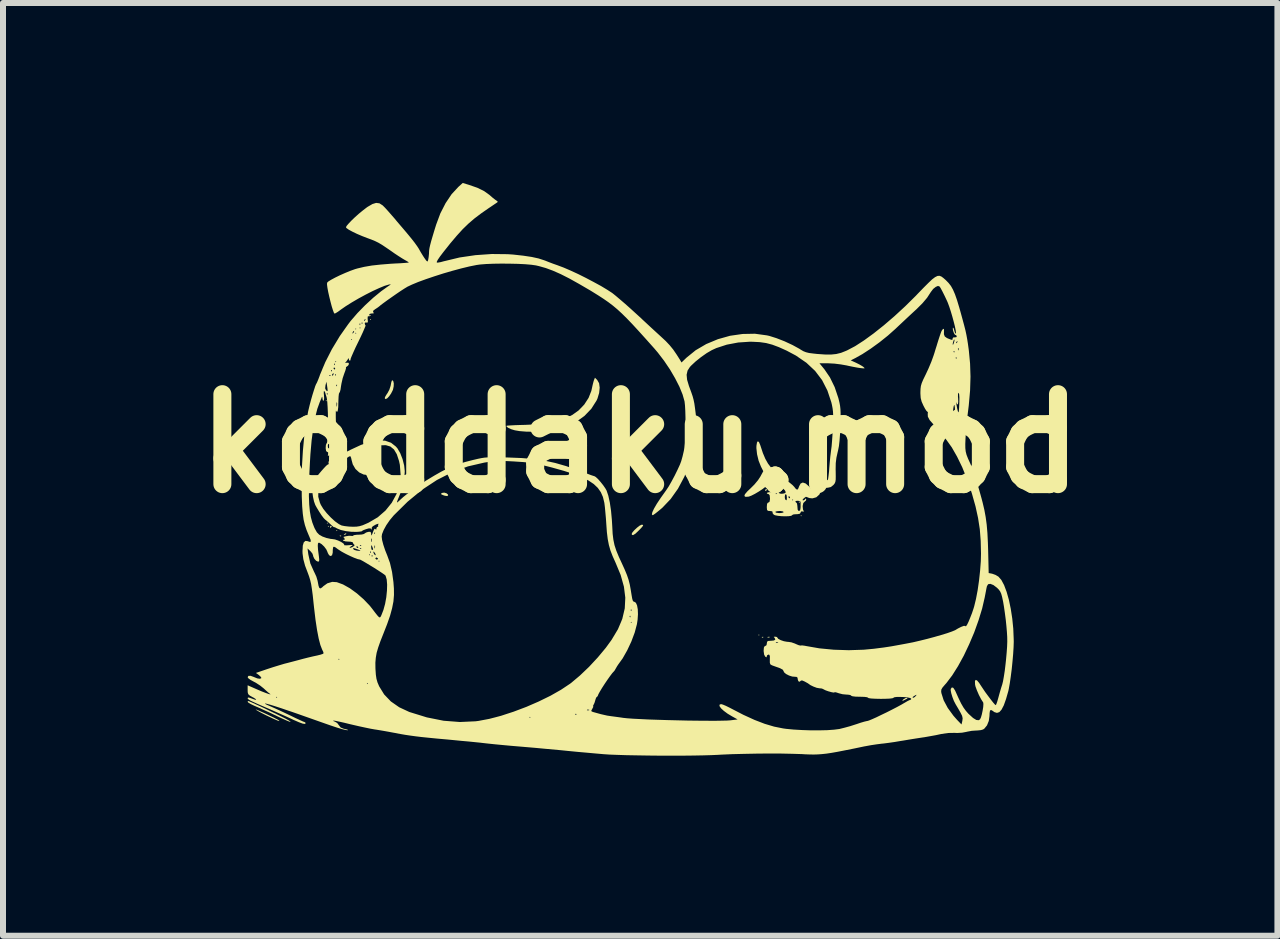
<source format=kicad_pcb>
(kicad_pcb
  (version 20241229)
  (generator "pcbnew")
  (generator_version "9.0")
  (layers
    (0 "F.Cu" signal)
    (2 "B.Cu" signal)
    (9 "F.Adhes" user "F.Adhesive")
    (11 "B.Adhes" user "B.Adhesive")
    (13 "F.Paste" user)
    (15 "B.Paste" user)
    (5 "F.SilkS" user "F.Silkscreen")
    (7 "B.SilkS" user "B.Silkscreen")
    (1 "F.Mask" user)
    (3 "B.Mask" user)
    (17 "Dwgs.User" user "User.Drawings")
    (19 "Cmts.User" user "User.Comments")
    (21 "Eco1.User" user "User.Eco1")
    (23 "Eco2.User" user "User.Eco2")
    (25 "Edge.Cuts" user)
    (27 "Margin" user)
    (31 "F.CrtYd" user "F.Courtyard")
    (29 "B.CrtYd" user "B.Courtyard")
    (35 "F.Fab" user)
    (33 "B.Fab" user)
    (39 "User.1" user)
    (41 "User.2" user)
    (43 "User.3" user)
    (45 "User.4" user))
  (footprint "koddaku.mod"
    (layer "F.Cu")
    (at 7.621 4.342)
    (property "Reference" "koddaku.mod" (at 0 0 0) (layer "F.SilkS") (effects (font (size 1.5 1.5) (thickness 0.3))))
    (attr board_only exclude_from_pos_files exclude_from_bom)
    (fp_poly (pts (xy -5.224 -0.712) (xy -5.233 -0.704) (xy -5.242 -0.712) (xy -5.233 -0.721)) (stroke (width 0) (type solid)) (fill yes) (layer "F.SilkS"))
    (fp_poly (pts (xy -5.207 1.328) (xy -5.215 1.337) (xy -5.224 1.328) (xy -5.215 1.319)) (stroke (width 0) (type solid)) (fill yes) (layer "F.SilkS"))
    (fp_poly (pts (xy -5.189 1.381) (xy -5.198 1.39) (xy -5.207 1.381) (xy -5.198 1.372)) (stroke (width 0) (type solid)) (fill yes) (layer "F.SilkS"))
    (fp_poly (pts (xy -5.048 1.451) (xy -5.057 1.46) (xy -5.066 1.451) (xy -5.057 1.442)) (stroke (width 0) (type solid)) (fill yes) (layer "F.SilkS"))
    (fp_poly (pts (xy -4.485 -2.067) (xy -4.494 -2.058) (xy -4.503 -2.067) (xy -4.494 -2.076)) (stroke (width 0) (type solid)) (fill yes) (layer "F.SilkS"))
    (fp_poly (pts (xy 1.988 3.193) (xy 1.979 3.201) (xy 1.97 3.193) (xy 1.979 3.184)) (stroke (width 0) (type solid)) (fill yes) (layer "F.SilkS"))
    (fp_poly (pts (xy 2.164 0.695) (xy 2.155 0.704) (xy 2.146 0.695) (xy 2.155 0.686)) (stroke (width 0) (type solid)) (fill yes) (layer "F.SilkS"))
    (fp_poly (pts (xy 2.691 1.205) (xy 2.682 1.214) (xy 2.674 1.205) (xy 2.682 1.196)) (stroke (width 0) (type solid)) (fill yes) (layer "F.SilkS"))
    (fp_poly (pts (xy -5.459 0.569) (xy -5.457 0.59) (xy -5.459 0.592) (xy -5.469 0.59) (xy -5.47 0.58) (xy -5.464 0.566)) (stroke (width 0) (type solid)) (fill yes) (layer "F.SilkS"))
    (fp_poly (pts (xy -5.037 -0.18) (xy -5.034 -0.144) (xy -5.037 -0.136) (xy -5.043 -0.134) (xy -5.046 -0.158) (xy -5.043 -0.183)) (stroke (width 0) (type solid)) (fill yes) (layer "F.SilkS"))
    (fp_poly (pts (xy -4.984 1.536) (xy -4.986 1.547) (xy -4.996 1.548) (xy -5.01 1.541) (xy -5.007 1.536) (xy -4.986 1.534)) (stroke (width 0) (type solid)) (fill yes) (layer "F.SilkS"))
    (fp_poly (pts (xy 2.052 3.225) (xy 2.05 3.235) (xy 2.04 3.237) (xy 2.026 3.23) (xy 2.029 3.225) (xy 2.05 3.223)) (stroke (width 0) (type solid)) (fill yes) (layer "F.SilkS"))
    (fp_poly (pts (xy 2.159 3.226) (xy 2.154 3.234) (xy 2.136 3.235) (xy 2.117 3.231) (xy 2.125 3.225) (xy 2.153 3.222)) (stroke (width 0) (type solid)) (fill yes) (layer "F.SilkS"))
    (fp_poly (pts (xy 2.668 0.973) (xy 2.665 0.984) (xy 2.656 0.985) (xy 2.642 0.979) (xy 2.644 0.973) (xy 2.665 0.971)) (stroke (width 0) (type solid)) (fill yes) (layer "F.SilkS"))
    (fp_poly (pts (xy -4.898 1.499) (xy -4.904 1.512) (xy -4.92 1.52) (xy -4.941 1.526) (xy -4.932 1.513) (xy -4.93 1.511) (xy -4.907 1.497)) (stroke (width 0) (type solid)) (fill yes) (layer "F.SilkS"))
    (fp_poly (pts (xy -5.142 1.383) (xy -5.145 1.39) (xy -5.161 1.406) (xy -5.164 1.407) (xy -5.171 1.394) (xy -5.171 1.39) (xy -5.158 1.373) (xy -5.153 1.372)) (stroke (width 0) (type solid)) (fill yes) (layer "F.SilkS"))
    (fp_poly (pts (xy 2.111 0.77) (xy 2.111 0.774) (xy 2.097 0.791) (xy 2.092 0.792) (xy 2.082 0.781) (xy 2.084 0.774) (xy 2.1 0.757) (xy 2.103 0.756)) (stroke (width 0) (type solid)) (fill yes) (layer "F.SilkS"))
    (fp_poly (pts (xy 2.339 0.766) (xy 2.348 0.774) (xy 2.35 0.789) (xy 2.329 0.787) (xy 2.304 0.774) (xy 2.288 0.76) (xy 2.304 0.757) (xy 2.308 0.757)) (stroke (width 0) (type solid)) (fill yes) (layer "F.SilkS"))
    (fp_poly (pts (xy 4.458 4.244) (xy 4.441 4.258) (xy 4.426 4.266) (xy 4.383 4.287) (xy 4.368 4.289) (xy 4.378 4.274) (xy 4.386 4.266) (xy 4.423 4.244) (xy 4.445 4.239)) (stroke (width 0) (type solid)) (fill yes) (layer "F.SilkS"))
    (fp_poly (pts (xy -3.229 0.83) (xy -3.204 0.851) (xy -3.201 0.863) (xy -3.215 0.877) (xy -3.257 0.871) (xy -3.289 0.86) (xy -3.318 0.846) (xy -3.317 0.834) (xy -3.303 0.825) (xy -3.267 0.819)) (stroke (width 0) (type solid)) (fill yes) (layer "F.SilkS"))
    (fp_poly (pts (xy -2.515 0.604) (xy -2.527 0.63) (xy -2.555 0.664) (xy -2.587 0.693) (xy -2.609 0.704) (xy -2.611 0.69) (xy -2.598 0.657) (xy -2.596 0.653) (xy -2.57 0.616) (xy -2.543 0.593) (xy -2.522 0.589)) (stroke (width 0) (type solid)) (fill yes) (layer "F.SilkS"))
    (fp_poly (pts (xy 0.046 1.357) (xy 0.049 1.368) (xy 0.032 1.392) (xy -0.007 1.434) (xy -0.024 1.451) (xy -0.081 1.505) (xy -0.119 1.528) (xy -0.138 1.522) (xy -0.141 1.506) (xy -0.128 1.48) (xy -0.095 1.443) (xy -0.053 1.404) (xy -0.011 1.371) (xy 0.022 1.355) (xy 0.026 1.354)) (stroke (width 0) (type solid)) (fill yes) (layer "F.SilkS"))
    (fp_poly (pts (xy -6.386 4.441) (xy -6.341 4.46) (xy -6.28 4.487) (xy -6.212 4.519) (xy -6.143 4.552) (xy -6.083 4.582) (xy -6.038 4.605) (xy -6.018 4.618) (xy -6.016 4.627) (xy -6.044 4.619) (xy -6.102 4.594) (xy -6.192 4.552) (xy -6.236 4.531) (xy -6.307 4.495) (xy -6.364 4.464) (xy -6.399 4.443) (xy -6.409 4.434) (xy -6.408 4.434)) (stroke (width 0) (type solid)) (fill yes) (layer "F.SilkS"))
    (fp_poly (pts (xy -4.116 -1.04) (xy -4.107 -1.002) (xy -4.109 -0.951) (xy -4.12 -0.899) (xy -4.125 -0.886) (xy -4.152 -0.833) (xy -4.184 -0.787) (xy -4.215 -0.754) (xy -4.241 -0.74) (xy -4.255 -0.748) (xy -4.257 -0.759) (xy -4.247 -0.785) (xy -4.222 -0.825) (xy -4.213 -0.837) (xy -4.182 -0.894) (xy -4.16 -0.96) (xy -4.157 -0.975) (xy -4.148 -1.023) (xy -4.137 -1.051) (xy -4.133 -1.055)) (stroke (width 0) (type solid)) (fill yes) (layer "F.SilkS"))
    (fp_poly (pts (xy -6.515 4.299) (xy -6.469 4.319) (xy -6.402 4.35) (xy -6.321 4.387) (xy -6.232 4.429) (xy -6.142 4.473) (xy -6.054 4.515) (xy -5.976 4.554) (xy -5.913 4.586) (xy -5.872 4.608) (xy -5.866 4.611) (xy -5.832 4.634) (xy -5.827 4.642) (xy -5.85 4.636) (xy -5.899 4.616) (xy -5.972 4.583) (xy -6.016 4.563) (xy -6.11 4.518) (xy -6.188 4.481) (xy -6.262 4.448) (xy -6.345 4.41) (xy -6.434 4.371) (xy -6.489 4.345) (xy -6.528 4.322) (xy -6.543 4.307) (xy -6.543 4.307) (xy -6.537 4.292) (xy -6.537 4.292)) (stroke (width 0) (type solid)) (fill yes) (layer "F.SilkS"))
    (fp_poly (pts (xy -0.716 -1.058) (xy -0.685 -1.004) (xy -0.675 -0.93) (xy -0.684 -0.842) (xy -0.712 -0.749) (xy -0.727 -0.716) (xy -0.814 -0.579) (xy -0.929 -0.459) (xy -1.068 -0.359) (xy -1.229 -0.281) (xy -1.406 -0.229) (xy -1.412 -0.227) (xy -1.52 -0.211) (xy -1.644 -0.2) (xy -1.774 -0.195) (xy -1.9 -0.197) (xy -2.01 -0.206) (xy -2.088 -0.219) (xy -2.151 -0.238) (xy -2.199 -0.26) (xy -2.226 -0.28) (xy -2.227 -0.295) (xy -2.207 -0.298) (xy -2.159 -0.301) (xy -2.086 -0.305) (xy -1.997 -0.308) (xy -1.915 -0.31) (xy -1.727 -0.319) (xy -1.566 -0.335) (xy -1.427 -0.361) (xy -1.304 -0.397) (xy -1.189 -0.446) (xy -1.133 -0.475) (xy -1.026 -0.551) (xy -0.932 -0.649) (xy -0.86 -0.76) (xy -0.814 -0.877) (xy -0.807 -0.908) (xy -0.793 -0.972) (xy -0.779 -1.028) (xy -0.771 -1.054) (xy -0.754 -1.096)) (stroke (width 0) (type solid)) (fill yes) (layer "F.SilkS"))
    (fp_poly (pts (xy -2.855 -4.311) (xy -2.714 -4.262) (xy -2.602 -4.207) (xy -2.514 -4.144) (xy -2.507 -4.138) (xy -2.46 -4.097) (xy -2.418 -4.064) (xy -2.4 -4.052) (xy -2.377 -4.034) (xy -2.375 -4.025) (xy -2.392 -4.012) (xy -2.432 -3.985) (xy -2.488 -3.947) (xy -2.524 -3.923) (xy -2.652 -3.834) (xy -2.763 -3.75) (xy -2.863 -3.664) (xy -2.959 -3.571) (xy -3.058 -3.462) (xy -3.168 -3.332) (xy -3.201 -3.29) (xy -3.28 -3.191) (xy -3.337 -3.116) (xy -3.373 -3.063) (xy -3.39 -3.03) (xy -3.39 -3.015) (xy -3.37 -3.015) (xy -3.325 -3.023) (xy -3.266 -3.039) (xy -3.26 -3.04) (xy -3.011 -3.1) (xy -2.745 -3.139) (xy -2.473 -3.158) (xy -2.209 -3.155) (xy -2.12 -3.149) (xy -1.948 -3.13) (xy -1.808 -3.109) (xy -1.694 -3.084) (xy -1.602 -3.054) (xy -1.582 -3.047) (xy -1.525 -3.024) (xy -1.451 -2.996) (xy -1.374 -2.969) (xy -1.372 -2.968) (xy -1.276 -2.932) (xy -1.162 -2.883) (xy -1.034 -2.824) (xy -0.902 -2.758) (xy -0.773 -2.69) (xy -0.652 -2.624) (xy -0.549 -2.562) (xy -0.469 -2.51) (xy -0.457 -2.501) (xy -0.406 -2.46) (xy -0.335 -2.4) (xy -0.25 -2.327) (xy -0.159 -2.246) (xy -0.068 -2.163) (xy 0.019 -2.084) (xy 0.035 -2.068) (xy 0.103 -2.005) (xy 0.186 -1.928) (xy 0.272 -1.849) (xy 0.341 -1.786) (xy 0.426 -1.707) (xy 0.492 -1.637) (xy 0.55 -1.566) (xy 0.607 -1.483) (xy 0.659 -1.401) (xy 0.689 -1.35) (xy 0.771 -1.429) (xy 0.925 -1.554) (xy 1.101 -1.657) (xy 1.295 -1.738) (xy 1.498 -1.795) (xy 1.707 -1.825) (xy 1.913 -1.829) (xy 2.111 -1.802) (xy 2.152 -1.793) (xy 2.272 -1.755) (xy 2.406 -1.703) (xy 2.539 -1.641) (xy 2.656 -1.577) (xy 2.677 -1.563) (xy 2.72 -1.538) (xy 2.763 -1.521) (xy 2.815 -1.508) (xy 2.886 -1.499) (xy 2.95 -1.492) (xy 3.078 -1.483) (xy 3.181 -1.482) (xy 3.268 -1.491) (xy 3.349 -1.511) (xy 3.432 -1.544) (xy 3.452 -1.553) (xy 3.583 -1.622) (xy 3.73 -1.717) (xy 3.891 -1.834) (xy 4.062 -1.97) (xy 4.239 -2.122) (xy 4.418 -2.287) (xy 4.595 -2.462) (xy 4.626 -2.495) (xy 4.726 -2.598) (xy 4.805 -2.677) (xy 4.866 -2.735) (xy 4.915 -2.772) (xy 4.955 -2.792) (xy 4.988 -2.795) (xy 5.02 -2.783) (xy 5.053 -2.759) (xy 5.093 -2.724) (xy 5.094 -2.723) (xy 5.14 -2.676) (xy 5.18 -2.625) (xy 5.214 -2.564) (xy 5.247 -2.488) (xy 5.281 -2.391) (xy 5.318 -2.268) (xy 5.336 -2.205) (xy 5.372 -2.074) (xy 5.4 -1.97) (xy 5.422 -1.884) (xy 5.438 -1.809) (xy 5.451 -1.738) (xy 5.463 -1.662) (xy 5.475 -1.574) (xy 5.479 -1.543) (xy 5.499 -1.331) (xy 5.506 -1.113) (xy 5.499 -0.883) (xy 5.477 -0.633) (xy 5.452 -0.431) (xy 5.443 -0.353) (xy 5.434 -0.254) (xy 5.427 -0.149) (xy 5.423 -0.084) (xy 5.419 0.009) (xy 5.42 0.078) (xy 5.426 0.134) (xy 5.44 0.189) (xy 5.465 0.253) (xy 5.503 0.336) (xy 5.508 0.347) (xy 5.537 0.418) (xy 5.571 0.517) (xy 5.61 0.636) (xy 5.649 0.769) (xy 5.688 0.908) (xy 5.708 0.984) (xy 5.737 1.107) (xy 5.759 1.227) (xy 5.776 1.353) (xy 5.788 1.493) (xy 5.796 1.655) (xy 5.8 1.779) (xy 5.809 2.16) (xy 5.867 2.171) (xy 5.923 2.191) (xy 5.972 2.22) (xy 6.02 2.275) (xy 6.066 2.361) (xy 6.108 2.473) (xy 6.146 2.607) (xy 6.177 2.756) (xy 6.202 2.918) (xy 6.219 3.087) (xy 6.226 3.259) (xy 6.227 3.305) (xy 6.224 3.397) (xy 6.217 3.509) (xy 6.206 3.634) (xy 6.193 3.763) (xy 6.177 3.887) (xy 6.161 3.998) (xy 6.145 4.087) (xy 6.137 4.125) (xy 6.098 4.261) (xy 6.061 4.365) (xy 6.024 4.436) (xy 5.987 4.478) (xy 5.947 4.491) (xy 5.904 4.478) (xy 5.874 4.456) (xy 5.848 4.442) (xy 5.831 4.453) (xy 5.824 4.495) (xy 5.822 4.543) (xy 5.811 4.625) (xy 5.781 4.699) (xy 5.737 4.753) (xy 5.716 4.767) (xy 5.68 4.778) (xy 5.625 4.784) (xy 5.599 4.785) (xy 5.527 4.79) (xy 5.452 4.804) (xy 5.435 4.808) (xy 5.366 4.821) (xy 5.283 4.826) (xy 5.242 4.824) (xy 5.133 4.826) (xy 5.018 4.843) (xy 5.004 4.846) (xy 4.93 4.862) (xy 4.836 4.879) (xy 4.74 4.896) (xy 4.705 4.901) (xy 4.607 4.916) (xy 4.494 4.934) (xy 4.382 4.953) (xy 4.336 4.96) (xy 4.241 4.976) (xy 4.144 4.99) (xy 4.059 5.001) (xy 4.019 5.005) (xy 3.942 5.015) (xy 3.848 5.029) (xy 3.756 5.046) (xy 3.738 5.049) (xy 3.561 5.086) (xy 3.415 5.115) (xy 3.293 5.139) (xy 3.191 5.157) (xy 3.105 5.17) (xy 3.03 5.178) (xy 2.961 5.183) (xy 2.894 5.185) (xy 2.823 5.184) (xy 2.744 5.181) (xy 2.7 5.178) (xy 2.541 5.173) (xy 2.355 5.169) (xy 2.152 5.168) (xy 1.941 5.17) (xy 1.732 5.174) (xy 1.532 5.179) (xy 1.35 5.187) (xy 1.302 5.19) (xy 1.189 5.195) (xy 1.048 5.199) (xy 0.887 5.202) (xy 0.709 5.204) (xy 0.521 5.204) (xy 0.328 5.204) (xy 0.136 5.202) (xy -0.049 5.199) (xy -0.222 5.196) (xy -0.378 5.191) (xy -0.51 5.186) (xy -0.614 5.179) (xy -0.624 5.178) (xy -0.75 5.167) (xy -0.894 5.154) (xy -1.041 5.141) (xy -1.174 5.128) (xy -1.196 5.126) (xy -1.323 5.113) (xy -1.466 5.1) (xy -1.609 5.087) (xy -1.736 5.075) (xy -1.759 5.073) (xy -1.97 5.055) (xy -2.149 5.04) (xy -2.3 5.026) (xy -2.426 5.014) (xy -2.531 5.003) (xy -2.603 4.995) (xy -2.662 4.988) (xy -2.75 4.979) (xy -2.859 4.968) (xy -2.983 4.957) (xy -3.115 4.944) (xy -3.219 4.934) (xy -3.389 4.919) (xy -3.53 4.905) (xy -3.647 4.893) (xy -3.746 4.881) (xy -3.834 4.869) (xy -3.915 4.857) (xy -3.997 4.843) (xy -4.084 4.826) (xy -4.107 4.822) (xy -4.203 4.804) (xy -4.305 4.786) (xy -4.396 4.771) (xy -4.424 4.767) (xy -4.492 4.755) (xy -4.584 4.736) (xy -4.69 4.713) (xy -4.798 4.688) (xy -4.837 4.679) (xy -4.93 4.656) (xy -5.01 4.638) (xy -5.072 4.625) (xy -5.109 4.619) (xy -5.118 4.619) (xy -5.11 4.629) (xy -5.086 4.638) (xy -5.05 4.66) (xy -5.022 4.697) (xy -4.993 4.734) (xy -4.946 4.754) (xy -4.921 4.76) (xy -4.883 4.769) (xy -4.869 4.777) (xy -4.874 4.78) (xy -4.906 4.777) (xy -4.967 4.762) (xy -5.054 4.736) (xy -5.165 4.699) (xy -5.296 4.653) (xy -5.347 4.635) (xy -5.404 4.615) (xy -5.486 4.586) (xy -5.588 4.55) (xy -5.701 4.51) (xy -5.819 4.469) (xy -5.856 4.457) (xy -5.984 4.413) (xy -6.089 4.379) (xy -6.17 4.354) (xy -6.225 4.339) (xy -6.253 4.334) (xy -6.253 4.339) (xy -6.223 4.356) (xy -6.161 4.383) (xy -6.147 4.389) (xy -6.082 4.418) (xy -5.996 4.457) (xy -5.903 4.501) (xy -5.817 4.542) (xy -5.739 4.58) (xy -5.671 4.611) (xy -5.621 4.634) (xy -5.595 4.644) (xy -5.593 4.644) (xy -5.577 4.657) (xy -5.576 4.663) (xy -5.588 4.675) (xy -5.625 4.67) (xy -5.688 4.647) (xy -5.78 4.607) (xy -5.822 4.587) (xy -5.904 4.549) (xy -6.003 4.505) (xy -6.104 4.46) (xy -6.165 4.433) (xy -6.286 4.381) (xy -6.379 4.341) (xy -6.446 4.31) (xy -6.493 4.288) (xy -6.522 4.271) (xy -6.537 4.259) (xy -6.543 4.249) (xy -6.543 4.246) (xy -6.536 4.234) (xy -6.509 4.239) (xy -6.482 4.249) (xy -6.428 4.269) (xy -6.402 4.273) (xy -6.405 4.263) (xy -6.439 4.24) (xy -6.458 4.23) (xy -6.069 4.23) (xy -6.06 4.239) (xy -6.051 4.23) (xy -6.06 4.222) (xy -6.069 4.23) (xy -6.458 4.23) (xy -6.46 4.229) (xy -6.508 4.202) (xy -6.533 4.179) (xy -6.542 4.148) (xy -6.543 4.109) (xy -6.543 4.031) (xy -6.39 4.098) (xy -6.308 4.133) (xy -6.241 4.159) (xy -6.192 4.176) (xy -6.165 4.183) (xy -6.165 4.178) (xy -6.174 4.171) (xy -6.201 4.15) (xy -6.242 4.114) (xy -6.274 4.084) (xy -6.334 4.036) (xy -6.386 4.002) (xy -4.556 4.002) (xy -4.547 4.011) (xy -4.538 4.002) (xy -4.547 3.993) (xy -4.556 4.002) (xy -6.386 4.002) (xy -6.406 3.989) (xy -6.446 3.968) (xy -6.497 3.94) (xy -6.533 3.913) (xy -6.543 3.896) (xy -6.53 3.874) (xy -6.494 3.873) (xy -6.441 3.892) (xy -6.432 3.896) (xy -6.382 3.916) (xy -6.341 3.922) (xy -6.317 3.914) (xy -6.315 3.906) (xy -6.328 3.886) (xy -6.359 3.858) (xy -6.36 3.857) (xy -6.405 3.825) (xy -6.215 3.76) (xy -6.12 3.729) (xy -6.019 3.698) (xy -5.928 3.671) (xy -5.884 3.66) (xy -5.861 3.654) (xy -4.414 3.654) (xy -4.413 3.744) (xy -4.412 3.766) (xy -4.406 3.855) (xy -4.396 3.922) (xy -4.379 3.982) (xy -4.351 4.048) (xy -4.268 4.183) (xy -4.156 4.3) (xy -4.017 4.397) (xy -3.852 4.474) (xy -3.844 4.477) (xy -3.556 4.566) (xy -3.276 4.622) (xy -3.006 4.643) (xy -2.744 4.631) (xy -2.697 4.625) (xy -2.517 4.591) (xy -2.416 4.565) (xy -1.847 4.565) (xy -1.838 4.573) (xy -1.829 4.565) (xy -1.838 4.556) (xy -1.847 4.565) (xy -2.416 4.565) (xy -2.318 4.539) (xy -2.227 4.509) (xy -1.085 4.509) (xy -1.082 4.519) (xy -1.073 4.521) (xy -1.059 4.514) (xy -1.061 4.509) (xy -1.082 4.507) (xy -1.085 4.509) (xy -2.227 4.509) (xy -2.11 4.471) (xy -2.044 4.446) (xy -0.889 4.446) (xy -0.872 4.449) (xy -0.849 4.446) (xy -0.849 4.44) (xy -0.873 4.435) (xy -0.883 4.438) (xy -0.889 4.446) (xy -2.044 4.446) (xy -1.898 4.391) (xy -1.691 4.301) (xy -1.495 4.205) (xy -1.319 4.105) (xy -1.169 4.005) (xy -1.149 3.99) (xy -1.004 3.868) (xy -0.853 3.724) (xy -0.707 3.567) (xy -0.573 3.406) (xy -0.477 3.274) (xy -0.371 3.097) (xy -0.322 2.982) (xy -0.158 2.982) (xy -0.15 2.99) (xy -0.141 2.982) (xy -0.15 2.973) (xy -0.158 2.982) (xy -0.322 2.982) (xy -0.298 2.923) (xy -0.289 2.885) (xy -0.176 2.885) (xy -0.169 2.899) (xy -0.164 2.896) (xy -0.162 2.876) (xy -0.164 2.873) (xy -0.175 2.875) (xy -0.176 2.885) (xy -0.289 2.885) (xy -0.264 2.779) (xy -0.158 2.779) (xy -0.152 2.794) (xy -0.147 2.791) (xy -0.144 2.77) (xy -0.147 2.767) (xy -0.157 2.77) (xy -0.158 2.779) (xy -0.264 2.779) (xy -0.257 2.749) (xy -0.248 2.571) (xy -0.271 2.387) (xy -0.325 2.193) (xy -0.41 1.988) (xy -0.459 1.879) (xy -0.496 1.783) (xy -0.522 1.691) (xy -0.541 1.593) (xy -0.555 1.478) (xy -0.564 1.354) (xy -0.571 1.251) (xy -0.58 1.151) (xy -0.588 1.064) (xy -0.596 0.999) (xy -0.599 0.982) (xy -0.621 0.892) (xy -0.656 0.812) (xy -0.706 0.741) (xy -0.773 0.677) (xy -0.861 0.618) (xy -0.972 0.562) (xy -1.108 0.509) (xy -1.274 0.456) (xy -1.47 0.401) (xy -1.556 0.379) (xy -1.664 0.353) (xy -1.758 0.334) (xy -1.849 0.32) (xy -1.95 0.31) (xy -2.072 0.302) (xy -2.099 0.3) (xy -2.216 0.294) (xy -2.308 0.292) (xy -2.383 0.293) (xy -2.452 0.298) (xy -2.523 0.307) (xy -2.599 0.319) (xy -2.871 0.382) (xy -3.133 0.479) (xy -3.388 0.609) (xy -3.636 0.772) (xy -3.876 0.97) (xy -4.107 1.198) (xy -4.173 1.277) (xy -4.231 1.361) (xy -4.275 1.441) (xy -4.303 1.511) (xy -4.309 1.551) (xy -4.302 1.61) (xy -4.281 1.69) (xy -4.251 1.78) (xy -4.216 1.867) (xy -4.171 1.991) (xy -4.136 2.142) (xy -4.113 2.311) (xy -4.105 2.419) (xy -4.104 2.526) (xy -4.113 2.634) (xy -4.135 2.746) (xy -4.169 2.871) (xy -4.219 3.014) (xy -4.279 3.167) (xy -4.33 3.296) (xy -4.367 3.401) (xy -4.393 3.49) (xy -4.407 3.572) (xy -4.414 3.654) (xy -5.861 3.654) (xy -5.796 3.637) (xy -5.701 3.612) (xy -5.646 3.597) (xy -5.031 3.597) (xy -5.022 3.606) (xy -5.013 3.597) (xy -5.022 3.588) (xy -5.031 3.597) (xy -5.646 3.597) (xy -5.62 3.59) (xy -5.537 3.569) (xy -5.448 3.548) (xy -5.387 3.535) (xy -5.33 3.521) (xy -5.291 3.508) (xy -5.277 3.497) (xy -5.284 3.471) (xy -5.302 3.434) (xy -5.331 3.359) (xy -5.359 3.251) (xy -5.386 3.111) (xy -5.412 2.939) (xy -5.436 2.738) (xy -5.444 2.665) (xy -5.458 2.531) (xy -5.472 2.426) (xy -5.485 2.343) (xy -5.501 2.275) (xy -5.519 2.216) (xy -5.538 2.164) (xy -5.586 2.037) (xy -5.615 1.929) (xy -5.628 1.831) (xy -5.629 1.791) (xy -5.626 1.75) (xy -5.545 1.75) (xy -5.532 1.847) (xy -5.498 2) (xy -5.436 2.139) (xy -5.428 2.154) (xy -5.398 2.219) (xy -5.377 2.29) (xy -5.374 2.306) (xy -5.361 2.374) (xy -5.347 2.41) (xy -5.326 2.416) (xy -5.297 2.395) (xy -5.281 2.379) (xy -5.214 2.331) (xy -5.133 2.307) (xy -5.057 2.312) (xy -4.953 2.35) (xy -4.839 2.414) (xy -4.722 2.499) (xy -4.609 2.598) (xy -4.506 2.706) (xy -4.468 2.754) (xy -4.414 2.825) (xy -4.378 2.87) (xy -4.354 2.895) (xy -4.339 2.9) (xy -4.328 2.891) (xy -4.317 2.869) (xy -4.314 2.863) (xy -4.28 2.776) (xy -4.252 2.674) (xy -4.232 2.564) (xy -4.221 2.454) (xy -4.218 2.353) (xy -4.225 2.268) (xy -4.243 2.207) (xy -4.247 2.2) (xy -4.266 2.184) (xy -4.308 2.155) (xy -4.366 2.117) (xy -4.433 2.074) (xy -4.504 2.031) (xy -4.57 1.991) (xy -4.621 1.961) (xy -4.362 1.961) (xy -4.354 1.97) (xy -4.345 1.961) (xy -4.354 1.952) (xy -4.362 1.961) (xy -4.621 1.961) (xy -4.625 1.959) (xy -4.662 1.939) (xy -4.674 1.935) (xy -4.711 1.927) (xy -4.736 1.917) (xy -4.415 1.917) (xy -4.401 1.933) (xy -4.388 1.935) (xy -4.369 1.926) (xy -4.371 1.917) (xy -4.394 1.9) (xy -4.399 1.9) (xy -4.415 1.913) (xy -4.415 1.917) (xy -4.736 1.917) (xy -4.769 1.905) (xy -4.839 1.874) (xy -4.846 1.87) (xy -4.48 1.87) (xy -4.477 1.881) (xy -4.468 1.882) (xy -4.453 1.876) (xy -4.456 1.87) (xy -4.477 1.868) (xy -4.48 1.87) (xy -4.846 1.87) (xy -4.876 1.856) (xy -4.521 1.856) (xy -4.512 1.865) (xy -4.503 1.856) (xy -4.512 1.847) (xy -4.521 1.856) (xy -4.876 1.856) (xy -4.912 1.838) (xy -4.96 1.812) (xy -4.503 1.812) (xy -4.497 1.826) (xy -4.491 1.823) (xy -4.491 1.821) (xy -4.446 1.821) (xy -4.432 1.849) (xy -4.415 1.864) (xy -4.413 1.865) (xy -4.409 1.852) (xy -4.419 1.83) (xy -4.437 1.806) (xy -4.446 1.801) (xy -4.446 1.821) (xy -4.491 1.821) (xy -4.489 1.803) (xy -4.491 1.8) (xy -4.502 1.802) (xy -4.503 1.812) (xy -4.96 1.812) (xy -4.978 1.802) (xy -5.029 1.769) (xy -5.045 1.758) (xy -4.784 1.758) (xy -4.784 1.758) (xy -4.768 1.774) (xy -4.724 1.786) (xy -4.67 1.791) (xy -4.663 1.787) (xy -4.685 1.775) (xy -4.705 1.767) (xy -4.753 1.75) (xy -4.763 1.747) (xy -4.673 1.747) (xy -4.671 1.758) (xy -4.661 1.759) (xy -4.647 1.753) (xy -4.65 1.747) (xy -4.671 1.745) (xy -4.673 1.747) (xy -4.763 1.747) (xy -4.776 1.744) (xy -4.784 1.746) (xy -4.784 1.758) (xy -5.045 1.758) (xy -5.078 1.733) (xy -5.106 1.72) (xy -5.119 1.732) (xy -5.124 1.774) (xy -5.125 1.821) (xy -5.136 1.863) (xy -5.159 1.877) (xy -5.185 1.863) (xy -5.208 1.824) (xy -5.211 1.812) (xy -5.232 1.766) (xy -5.268 1.718) (xy -5.31 1.678) (xy -5.348 1.655) (xy -5.359 1.654) (xy -5.371 1.666) (xy -5.374 1.704) (xy -5.37 1.772) (xy -5.357 1.871) (xy -5.356 1.878) (xy -5.35 1.932) (xy -5.352 1.96) (xy -5.364 1.97) (xy -5.37 1.97) (xy -5.402 1.955) (xy -5.432 1.921) (xy -5.451 1.879) (xy -5.453 1.864) (xy -5.465 1.833) (xy -5.495 1.797) (xy -5.499 1.793) (xy -5.545 1.75) (xy -5.626 1.75) (xy -5.624 1.704) (xy -5.608 1.649) (xy -5.58 1.624) (xy -5.54 1.629) (xy -5.534 1.632) (xy -5.503 1.642) (xy -5.49 1.634) (xy -5.494 1.604) (xy -5.517 1.548) (xy -5.525 1.53) (xy -5.561 1.443) (xy -5.589 1.359) (xy -5.61 1.271) (xy -5.624 1.17) (xy -5.634 1.051) (xy -5.64 0.906) (xy -5.641 0.88) (xy -5.522 0.88) (xy -5.517 1.015) (xy -5.506 1.131) (xy -5.489 1.23) (xy -5.465 1.317) (xy -5.435 1.395) (xy -5.423 1.421) (xy -5.389 1.481) (xy -5.351 1.52) (xy -5.297 1.551) (xy -5.23 1.575) (xy -5.158 1.591) (xy -5.135 1.593) (xy -5.087 1.6) (xy -5.035 1.618) (xy -4.986 1.641) (xy -4.949 1.665) (xy -4.933 1.685) (xy -4.935 1.693) (xy -4.926 1.697) (xy -4.89 1.698) (xy -4.861 1.696) (xy -4.811 1.692) (xy -4.793 1.693) (xy -4.8 1.702) (xy -4.82 1.714) (xy -4.844 1.732) (xy -4.839 1.74) (xy -4.837 1.74) (xy -4.803 1.73) (xy -4.791 1.723) (xy -4.732 1.723) (xy -4.719 1.741) (xy -4.714 1.741) (xy -4.697 1.735) (xy -4.697 1.734) (xy -4.701 1.728) (xy -4.484 1.728) (xy -4.48 1.763) (xy -4.468 1.777) (xy -4.452 1.767) (xy -4.452 1.763) (xy -4.459 1.738) (xy -4.464 1.724) (xy -4.43 1.724) (xy -4.427 1.749) (xy -4.421 1.746) (xy -4.419 1.71) (xy -4.421 1.702) (xy -4.427 1.7) (xy -4.43 1.724) (xy -4.464 1.724) (xy -4.468 1.715) (xy -4.479 1.694) (xy -4.483 1.704) (xy -4.484 1.728) (xy -4.701 1.728) (xy -4.709 1.719) (xy -4.714 1.715) (xy -4.73 1.716) (xy -4.732 1.723) (xy -4.791 1.723) (xy -4.777 1.714) (xy -4.758 1.695) (xy -4.759 1.695) (xy -4.673 1.695) (xy -4.671 1.705) (xy -4.661 1.706) (xy -4.647 1.7) (xy -4.65 1.695) (xy -4.671 1.692) (xy -4.673 1.695) (xy -4.759 1.695) (xy -4.764 1.689) (xy -4.782 1.674) (xy -4.784 1.662) (xy -4.795 1.645) (xy -4.831 1.637) (xy -4.863 1.636) (xy -4.913 1.632) (xy -4.947 1.621) (xy -4.953 1.616) (xy -4.954 1.609) (xy -4.482 1.609) (xy -4.48 1.64) (xy -4.475 1.642) (xy -4.474 1.641) (xy -4.47 1.606) (xy -4.473 1.588) (xy -4.479 1.581) (xy -4.482 1.604) (xy -4.482 1.609) (xy -4.954 1.609) (xy -4.955 1.604) (xy -4.946 1.608) (xy -4.928 1.606) (xy -4.925 1.593) (xy -4.937 1.568) (xy -4.947 1.564) (xy -4.947 1.559) (xy -4.92 1.55) (xy -4.908 1.547) (xy -4.857 1.539) (xy -4.818 1.54) (xy -4.815 1.541) (xy -4.79 1.542) (xy -4.784 1.536) (xy -4.769 1.528) (xy -4.728 1.522) (xy -4.696 1.521) (xy -4.642 1.518) (xy -4.605 1.509) (xy -4.595 1.502) (xy -4.569 1.485) (xy -4.534 1.474) (xy -4.499 1.472) (xy -4.486 1.489) (xy -4.484 1.511) (xy -4.481 1.533) (xy -4.474 1.527) (xy -4.461 1.495) (xy -4.433 1.495) (xy -4.426 1.51) (xy -4.421 1.507) (xy -4.419 1.486) (xy -4.421 1.483) (xy -4.431 1.486) (xy -4.433 1.495) (xy -4.461 1.495) (xy -4.459 1.491) (xy -4.456 1.48) (xy -4.436 1.434) (xy -4.422 1.42) (xy -4.413 1.427) (xy -4.401 1.44) (xy -4.398 1.42) (xy -4.388 1.394) (xy -4.377 1.39) (xy -4.365 1.383) (xy -4.368 1.378) (xy -4.369 1.357) (xy -4.361 1.344) (xy -4.363 1.337) (xy -4.39 1.345) (xy -4.413 1.355) (xy -4.459 1.382) (xy -4.476 1.406) (xy -4.474 1.421) (xy -4.47 1.439) (xy -4.481 1.428) (xy -4.498 1.415) (xy -4.526 1.416) (xy -4.571 1.429) (xy -4.614 1.445) (xy -4.636 1.458) (xy -4.637 1.461) (xy -4.649 1.466) (xy -4.687 1.471) (xy -4.728 1.474) (xy -4.816 1.472) (xy -4.907 1.461) (xy -4.99 1.442) (xy -5.052 1.417) (xy -5.061 1.412) (xy -5.09 1.396) (xy -5.101 1.396) (xy -5.112 1.391) (xy -5.141 1.367) (xy -5.164 1.345) (xy -5.205 1.307) (xy -5.239 1.278) (xy -5.249 1.271) (xy -5.274 1.246) (xy -5.31 1.199) (xy -5.35 1.138) (xy -5.39 1.072) (xy -5.416 1.025) (xy -5.437 0.966) (xy -5.454 0.888) (xy -5.454 0.888) (xy -5.366 0.888) (xy -5.339 0.986) (xy -5.323 1.023) (xy -5.283 1.089) (xy -5.225 1.162) (xy -5.157 1.234) (xy -5.087 1.298) (xy -5.021 1.345) (xy -4.977 1.367) (xy -4.927 1.377) (xy -4.858 1.385) (xy -4.796 1.388) (xy -4.732 1.387) (xy -4.679 1.379) (xy -4.625 1.363) (xy -4.556 1.333) (xy -4.527 1.32) (xy -4.375 1.231) (xy -4.246 1.119) (xy -4.141 0.989) (xy -4.062 0.843) (xy -4.012 0.686) (xy -3.993 0.523) (xy -4.006 0.356) (xy -4.02 0.291) (xy -4.057 0.179) (xy -4.104 0.1) (xy -4.164 0.051) (xy -4.238 0.029) (xy -4.314 0.03) (xy -4.363 0.037) (xy -4.393 0.043) (xy -4.398 0.046) (xy -4.389 0.063) (xy -4.369 0.099) (xy -4.362 0.11) (xy -4.332 0.188) (xy -4.326 0.274) (xy -4.341 0.36) (xy -4.377 0.436) (xy -4.43 0.492) (xy -4.451 0.505) (xy -4.529 0.527) (xy -4.609 0.518) (xy -4.683 0.483) (xy -4.746 0.425) (xy -4.791 0.348) (xy -4.809 0.282) (xy -4.819 0.238) (xy -4.831 0.213) (xy -4.835 0.211) (xy -4.86 0.222) (xy -4.905 0.253) (xy -4.962 0.297) (xy -5.027 0.351) (xy -5.093 0.409) (xy -5.153 0.465) (xy -5.182 0.495) (xy -5.274 0.602) (xy -5.335 0.701) (xy -5.365 0.794) (xy -5.366 0.888) (xy -5.454 0.888) (xy -5.465 0.805) (xy -5.468 0.728) (xy -5.463 0.669) (xy -5.459 0.655) (xy -5.44 0.622) (xy -5.407 0.575) (xy -5.364 0.519) (xy -5.317 0.463) (xy -5.271 0.411) (xy -5.233 0.371) (xy -5.206 0.35) (xy -5.199 0.348) (xy -5.191 0.343) (xy -5.194 0.328) (xy -5.196 0.304) (xy -5.189 0.299) (xy -5.18 0.286) (xy -5.183 0.272) (xy -5.181 0.236) (xy -5.154 0.206) (xy -5.113 0.194) (xy -5.112 0.194) (xy -5.087 0.196) (xy -5.089 0.205) (xy -5.114 0.223) (xy -5.144 0.252) (xy -5.154 0.276) (xy -5.144 0.287) (xy -5.121 0.278) (xy -5.095 0.256) (xy -5.073 0.229) (xy -5.066 0.208) (xy -5.058 0.177) (xy -5.051 0.169) (xy -5.043 0.147) (xy -5.044 0.107) (xy -5.044 0.106) (xy -5.045 0.067) (xy -5.033 0.053) (xy -5.013 0.067) (xy -5.011 0.075) (xy -5.006 0.076) (xy -4.997 0.049) (xy -4.995 0.044) (xy -4.987 0.018) (xy -4.984 0.02) (xy -4.984 0.055) (xy -4.984 0.075) (xy -4.99 0.131) (xy -5.004 0.16) (xy -5.018 0.168) (xy -5.042 0.184) (xy -5.048 0.203) (xy -5.031 0.211) (xy -5.014 0.198) (xy -5.013 0.193) (xy -4.999 0.178) (xy -4.988 0.176) (xy -4.961 0.168) (xy -4.913 0.147) (xy -4.851 0.118) (xy -4.825 0.104) (xy -4.653 0.024) (xy -4.5 -0.028) (xy -4.366 -0.051) (xy -4.251 -0.046) (xy -4.153 -0.012) (xy -4.073 0.051) (xy -4.046 0.082) (xy -4 0.161) (xy -3.961 0.261) (xy -3.934 0.368) (xy -3.924 0.462) (xy -3.929 0.541) (xy -3.946 0.638) (xy -3.97 0.742) (xy -4 0.837) (xy -4.02 0.887) (xy -4.041 0.938) (xy -4.053 0.974) (xy -4.054 0.985) (xy -4.038 0.974) (xy -4.007 0.946) (xy -3.997 0.936) (xy -3.948 0.892) (xy -3.878 0.836) (xy -3.793 0.772) (xy -3.704 0.708) (xy -3.617 0.65) (xy -3.571 0.62) (xy -3.434 0.537) (xy -3.318 0.471) (xy -3.216 0.419) (xy -3.12 0.376) (xy -3.022 0.341) (xy -2.914 0.308) (xy -2.79 0.276) (xy -2.764 0.27) (xy -2.7 0.255) (xy -2.646 0.244) (xy -2.594 0.236) (xy -2.538 0.232) (xy -2.47 0.23) (xy -2.385 0.23) (xy -2.276 0.232) (xy -2.199 0.234) (xy -1.976 0.243) (xy -1.777 0.259) (xy -1.594 0.286) (xy -1.416 0.325) (xy -1.235 0.377) (xy -1.039 0.445) (xy -0.956 0.476) (xy -0.882 0.504) (xy -0.821 0.527) (xy -0.779 0.541) (xy -0.764 0.545) (xy -0.74 0.559) (xy -0.703 0.593) (xy -0.66 0.642) (xy -0.617 0.696) (xy -0.581 0.748) (xy -0.56 0.785) (xy -0.531 0.871) (xy -0.506 0.985) (xy -0.486 1.121) (xy -0.472 1.273) (xy -0.465 1.39) (xy -0.459 1.506) (xy -0.447 1.604) (xy -0.428 1.695) (xy -0.398 1.787) (xy -0.355 1.891) (xy -0.309 1.99) (xy -0.258 2.102) (xy -0.22 2.194) (xy -0.193 2.274) (xy -0.173 2.353) (xy -0.158 2.436) (xy -0.144 2.523) (xy -0.134 2.581) (xy -0.125 2.615) (xy -0.115 2.632) (xy -0.104 2.638) (xy -0.098 2.639) (xy -0.072 2.655) (xy -0.052 2.699) (xy -0.04 2.765) (xy -0.037 2.847) (xy -0.043 2.937) (xy -0.054 3.011) (xy -0.091 3.151) (xy -0.147 3.301) (xy -0.216 3.448) (xy -0.292 3.582) (xy -0.367 3.686) (xy -0.386 3.715) (xy -0.405 3.748) (xy -0.425 3.783) (xy -0.438 3.799) (xy -0.464 3.827) (xy -0.501 3.876) (xy -0.545 3.938) (xy -0.591 4.006) (xy -0.635 4.074) (xy -0.671 4.134) (xy -0.696 4.179) (xy -0.704 4.201) (xy -0.715 4.22) (xy -0.72 4.222) (xy -0.734 4.237) (xy -0.747 4.274) (xy -0.748 4.279) (xy -0.762 4.325) (xy -0.778 4.358) (xy -0.778 4.358) (xy -0.787 4.377) (xy -0.783 4.38) (xy -0.782 4.392) (xy -0.798 4.422) (xy -0.815 4.453) (xy -0.809 4.467) (xy -0.786 4.476) (xy -0.656 4.512) (xy -0.551 4.536) (xy -0.484 4.546) (xy -0.416 4.555) (xy -0.335 4.566) (xy -0.281 4.574) (xy -0.215 4.581) (xy -0.119 4.588) (xy 0.001 4.594) (xy 0.139 4.601) (xy 0.292 4.606) (xy 0.454 4.611) (xy 0.621 4.615) (xy 0.787 4.619) (xy 0.948 4.621) (xy 1.099 4.622) (xy 1.236 4.623) (xy 1.352 4.621) (xy 1.443 4.619) (xy 1.505 4.615) (xy 1.511 4.614) (xy 1.624 4.6) (xy 1.532 4.549) (xy 1.457 4.504) (xy 1.395 4.458) (xy 1.349 4.416) (xy 1.324 4.381) (xy 1.321 4.356) (xy 1.345 4.345) (xy 1.35 4.345) (xy 1.379 4.353) (xy 1.429 4.374) (xy 1.492 4.405) (xy 1.513 4.416) (xy 1.72 4.523) (xy 1.906 4.608) (xy 2.075 4.673) (xy 2.233 4.72) (xy 2.383 4.75) (xy 2.433 4.757) (xy 2.559 4.769) (xy 2.699 4.777) (xy 2.844 4.782) (xy 2.986 4.782) (xy 3.117 4.779) (xy 3.23 4.771) (xy 3.317 4.76) (xy 3.326 4.758) (xy 3.406 4.738) (xy 3.501 4.712) (xy 3.591 4.683) (xy 3.604 4.679) (xy 3.675 4.655) (xy 3.736 4.637) (xy 3.778 4.627) (xy 3.787 4.626) (xy 3.813 4.618) (xy 3.864 4.597) (xy 3.934 4.566) (xy 4.016 4.526) (xy 4.106 4.483) (xy 4.195 4.438) (xy 4.28 4.394) (xy 4.352 4.355) (xy 4.407 4.323) (xy 4.414 4.319) (xy 4.46 4.292) (xy 4.495 4.276) (xy 4.504 4.274) (xy 4.518 4.262) (xy 4.516 4.252) (xy 4.497 4.242) (xy 4.472 4.237) (xy 4.541 4.237) (xy 4.554 4.239) (xy 4.576 4.227) (xy 4.593 4.21) (xy 4.608 4.19) (xy 4.597 4.192) (xy 4.578 4.202) (xy 4.545 4.224) (xy 4.541 4.237) (xy 4.472 4.237) (xy 4.454 4.233) (xy 4.397 4.227) (xy 4.335 4.225) (xy 4.279 4.225) (xy 4.238 4.23) (xy 4.222 4.239) (xy 4.222 4.239) (xy 4.205 4.247) (xy 4.157 4.253) (xy 4.083 4.256) (xy 4.011 4.257) (xy 3.918 4.255) (xy 3.849 4.251) (xy 3.809 4.245) (xy 3.799 4.239) (xy 3.783 4.23) (xy 3.738 4.224) (xy 3.671 4.222) (xy 3.659 4.222) (xy 3.589 4.22) (xy 3.54 4.214) (xy 3.518 4.206) (xy 3.518 4.204) (xy 3.502 4.193) (xy 3.463 4.187) (xy 3.441 4.186) (xy 3.375 4.18) (xy 3.311 4.164) (xy 3.3 4.16) (xy 3.26 4.147) (xy 3.238 4.147) (xy 3.237 4.15) (xy 3.222 4.152) (xy 3.186 4.145) (xy 3.151 4.135) (xy 5.017 4.135) (xy 5.021 4.162) (xy 5.059 4.282) (xy 5.127 4.409) (xy 5.222 4.539) (xy 5.282 4.607) (xy 5.356 4.684) (xy 5.37 4.624) (xy 5.375 4.581) (xy 5.366 4.54) (xy 5.34 4.487) (xy 5.335 4.479) (xy 5.302 4.421) (xy 5.271 4.369) (xy 5.258 4.347) (xy 5.229 4.291) (xy 5.204 4.226) (xy 5.185 4.163) (xy 5.176 4.114) (xy 5.177 4.092) (xy 5.196 4.066) (xy 5.22 4.074) (xy 5.247 4.115) (xy 5.254 4.129) (xy 5.306 4.244) (xy 5.349 4.333) (xy 5.389 4.402) (xy 5.429 4.457) (xy 5.471 4.505) (xy 5.48 4.513) (xy 5.549 4.576) (xy 5.603 4.609) (xy 5.643 4.613) (xy 5.665 4.598) (xy 5.68 4.567) (xy 5.695 4.516) (xy 5.708 4.454) (xy 5.718 4.393) (xy 5.721 4.344) (xy 5.718 4.318) (xy 5.683 4.263) (xy 5.646 4.192) (xy 5.613 4.116) (xy 5.589 4.05) (xy 5.582 4.017) (xy 5.58 3.963) (xy 5.591 3.941) (xy 5.615 3.95) (xy 5.65 3.991) (xy 5.671 4.024) (xy 5.707 4.078) (xy 5.75 4.142) (xy 5.798 4.207) (xy 5.844 4.268) (xy 5.884 4.319) (xy 5.913 4.352) (xy 5.926 4.362) (xy 5.936 4.347) (xy 5.951 4.305) (xy 5.968 4.246) (xy 5.971 4.235) (xy 5.993 4.155) (xy 6.017 4.073) (xy 6.036 4.014) (xy 6.048 3.964) (xy 6.062 3.886) (xy 6.077 3.789) (xy 6.09 3.68) (xy 6.098 3.606) (xy 6.109 3.484) (xy 6.116 3.386) (xy 6.119 3.304) (xy 6.118 3.226) (xy 6.113 3.143) (xy 6.105 3.049) (xy 6.094 2.941) (xy 6.079 2.827) (xy 6.064 2.722) (xy 6.05 2.639) (xy 6.033 2.559) (xy 6.018 2.505) (xy 6 2.466) (xy 5.976 2.434) (xy 5.947 2.405) (xy 5.888 2.36) (xy 5.837 2.34) (xy 5.8 2.346) (xy 5.78 2.379) (xy 5.78 2.379) (xy 5.772 2.414) (xy 5.761 2.473) (xy 5.747 2.545) (xy 5.743 2.566) (xy 5.7 2.752) (xy 5.64 2.948) (xy 5.568 3.149) (xy 5.484 3.347) (xy 5.394 3.537) (xy 5.298 3.712) (xy 5.201 3.866) (xy 5.104 3.994) (xy 5.078 4.023) (xy 5.039 4.069) (xy 5.02 4.102) (xy 5.017 4.135) (xy 3.151 4.135) (xy 3.139 4.132) (xy 3.093 4.116) (xy 3.058 4.099) (xy 3.049 4.093) (xy 3.024 4.084) (xy 2.989 4.081) (xy 2.943 4.073) (xy 2.887 4.052) (xy 2.836 4.027) (xy 2.814 4.011) (xy 2.794 3.997) (xy 2.756 3.976) (xy 2.746 3.97) (xy 2.703 3.951) (xy 2.68 3.952) (xy 2.672 3.961) (xy 2.652 3.973) (xy 2.644 3.969) (xy 2.633 3.954) (xy 2.626 3.929) (xy 2.623 3.904) (xy 2.607 3.891) (xy 2.581 3.889) (xy 2.534 3.885) (xy 2.481 3.868) (xy 2.432 3.843) (xy 2.4 3.816) (xy 2.392 3.799) (xy 2.378 3.772) (xy 2.333 3.747) (xy 2.309 3.738) (xy 2.252 3.718) (xy 2.205 3.701) (xy 2.191 3.695) (xy 2.169 3.681) (xy 2.161 3.653) (xy 2.161 3.6) (xy 2.162 3.548) (xy 2.154 3.524) (xy 2.139 3.518) (xy 2.115 3.532) (xy 2.111 3.547) (xy 2.106 3.565) (xy 2.087 3.555) (xy 2.084 3.553) (xy 2.066 3.519) (xy 2.058 3.461) (xy 2.058 3.454) (xy 2.062 3.403) (xy 2.074 3.38) (xy 2.084 3.377) (xy 2.106 3.362) (xy 2.111 3.333) (xy 2.113 3.32) (xy 2.259 3.32) (xy 2.276 3.323) (xy 2.299 3.32) (xy 2.3 3.314) (xy 2.276 3.31) (xy 2.266 3.312) (xy 2.259 3.32) (xy 2.113 3.32) (xy 2.115 3.305) (xy 2.133 3.292) (xy 2.175 3.289) (xy 2.181 3.289) (xy 2.231 3.284) (xy 2.251 3.269) (xy 2.252 3.264) (xy 2.238 3.236) (xy 2.23 3.231) (xy 2.227 3.224) (xy 2.247 3.22) (xy 2.278 3.226) (xy 2.287 3.237) (xy 2.302 3.257) (xy 2.342 3.278) (xy 2.394 3.296) (xy 2.448 3.306) (xy 2.467 3.307) (xy 2.521 3.315) (xy 2.581 3.336) (xy 2.593 3.342) (xy 2.638 3.361) (xy 2.669 3.369) (xy 2.675 3.368) (xy 2.699 3.366) (xy 2.744 3.372) (xy 2.769 3.377) (xy 2.987 3.415) (xy 3.227 3.438) (xy 3.477 3.446) (xy 3.725 3.438) (xy 3.896 3.422) (xy 3.981 3.411) (xy 4.053 3.402) (xy 4.119 3.392) (xy 4.19 3.381) (xy 4.273 3.366) (xy 4.377 3.347) (xy 4.441 3.335) (xy 4.549 3.314) (xy 4.665 3.287) (xy 4.786 3.257) (xy 4.905 3.225) (xy 5.016 3.193) (xy 5.115 3.163) (xy 5.195 3.135) (xy 5.251 3.112) (xy 5.277 3.096) (xy 5.297 3.084) (xy 5.337 3.064) (xy 5.351 3.057) (xy 5.396 3.04) (xy 5.419 3.042) (xy 5.422 3.048) (xy 5.432 3.046) (xy 5.451 3.018) (xy 5.475 2.968) (xy 5.502 2.902) (xy 5.531 2.828) (xy 5.557 2.75) (xy 5.567 2.717) (xy 5.597 2.594) (xy 5.625 2.447) (xy 5.648 2.286) (xy 5.666 2.121) (xy 5.678 1.963) (xy 5.681 1.833) (xy 5.676 1.623) (xy 5.661 1.429) (xy 5.632 1.242) (xy 5.59 1.05) (xy 5.531 0.84) (xy 5.52 0.806) (xy 5.448 0.594) (xy 5.368 0.396) (xy 5.282 0.219) (xy 5.194 0.065) (xy 5.104 -0.061) (xy 5.048 -0.124) (xy 5.021 -0.154) (xy 4.997 -0.185) (xy 5.242 -0.185) (xy 5.251 -0.176) (xy 5.259 -0.185) (xy 5.251 -0.193) (xy 5.242 -0.185) (xy 4.997 -0.185) (xy 4.985 -0.199) (xy 4.969 -0.221) (xy 4.939 -0.258) (xy 5.142 -0.258) (xy 5.145 -0.248) (xy 5.154 -0.246) (xy 5.168 -0.253) (xy 5.166 -0.258) (xy 5.145 -0.26) (xy 5.142 -0.258) (xy 4.939 -0.258) (xy 4.93 -0.271) (xy 4.892 -0.314) (xy 4.88 -0.327) (xy 4.825 -0.39) (xy 4.795 -0.447) (xy 4.795 -0.45) (xy 5.278 -0.45) (xy 5.282 -0.427) (xy 5.288 -0.427) (xy 5.292 -0.45) (xy 5.289 -0.461) (xy 5.281 -0.467) (xy 5.278 -0.45) (xy 4.795 -0.45) (xy 4.793 -0.492) (xy 4.796 -0.52) (xy 4.789 -0.528) (xy 4.773 -0.542) (xy 4.77 -0.546) (xy 5.215 -0.546) (xy 5.217 -0.538) (xy 5.218 -0.541) (xy 5.234 -0.556) (xy 5.24 -0.555) (xy 5.247 -0.564) (xy 5.246 -0.597) (xy 5.245 -0.6) (xy 5.239 -0.637) (xy 5.233 -0.643) (xy 5.225 -0.616) (xy 5.219 -0.58) (xy 5.215 -0.546) (xy 4.77 -0.546) (xy 4.748 -0.58) (xy 4.722 -0.629) (xy 4.695 -0.689) (xy 5.266 -0.689) (xy 5.269 -0.666) (xy 5.27 -0.66) (xy 5.285 -0.579) (xy 5.297 -0.531) (xy 5.305 -0.518) (xy 5.312 -0.539) (xy 5.316 -0.594) (xy 5.32 -0.684) (xy 5.321 -0.765) (xy 5.317 -0.819) (xy 5.31 -0.843) (xy 5.307 -0.844) (xy 5.298 -0.828) (xy 5.297 -0.782) (xy 5.3 -0.748) (xy 5.302 -0.693) (xy 5.297 -0.658) (xy 5.287 -0.649) (xy 5.274 -0.669) (xy 5.27 -0.682) (xy 5.266 -0.689) (xy 4.695 -0.689) (xy 4.692 -0.696) (xy 4.676 -0.757) (xy 4.671 -0.83) (xy 4.671 -0.853) (xy 4.673 -0.911) (xy 4.679 -0.958) (xy 4.693 -1.006) (xy 4.717 -1.063) (xy 4.755 -1.141) (xy 4.761 -1.153) (xy 4.806 -1.25) (xy 4.853 -1.362) (xy 4.876 -1.425) (xy 5.259 -1.425) (xy 5.266 -1.41) (xy 5.271 -1.413) (xy 5.273 -1.434) (xy 5.271 -1.437) (xy 5.261 -1.434) (xy 5.259 -1.425) (xy 4.876 -1.425) (xy 4.892 -1.47) (xy 4.906 -1.513) (xy 4.911 -1.53) (xy 5.224 -1.53) (xy 5.231 -1.516) (xy 5.236 -1.519) (xy 5.238 -1.539) (xy 5.236 -1.542) (xy 5.226 -1.54) (xy 5.224 -1.53) (xy 4.911 -1.53) (xy 4.925 -1.576) (xy 5.296 -1.576) (xy 5.299 -1.553) (xy 5.305 -1.553) (xy 5.309 -1.576) (xy 5.307 -1.586) (xy 5.299 -1.593) (xy 5.296 -1.576) (xy 4.925 -1.576) (xy 4.944 -1.635) (xy 4.949 -1.653) (xy 5.209 -1.653) (xy 5.214 -1.644) (xy 5.224 -1.662) (xy 5.227 -1.672) (xy 5.264 -1.672) (xy 5.266 -1.671) (xy 5.282 -1.683) (xy 5.286 -1.689) (xy 5.29 -1.705) (xy 5.288 -1.706) (xy 5.272 -1.694) (xy 5.268 -1.689) (xy 5.264 -1.672) (xy 5.227 -1.672) (xy 5.237 -1.703) (xy 5.239 -1.724) (xy 5.235 -1.734) (xy 5.224 -1.715) (xy 5.212 -1.674) (xy 5.209 -1.653) (xy 4.949 -1.653) (xy 4.972 -1.727) (xy 4.994 -1.794) (xy 5.01 -1.84) (xy 5.022 -1.871) (xy 5.032 -1.889) (xy 5.041 -1.9) (xy 5.045 -1.904) (xy 5.062 -1.912) (xy 5.065 -1.891) (xy 5.064 -1.881) (xy 5.063 -1.821) (xy 5.077 -1.784) (xy 5.111 -1.759) (xy 5.13 -1.75) (xy 5.176 -1.732) (xy 5.199 -1.726) (xy 5.206 -1.733) (xy 5.207 -1.749) (xy 5.22 -1.768) (xy 5.242 -1.768) (xy 5.271 -1.772) (xy 5.277 -1.786) (xy 5.266 -1.807) (xy 5.257 -1.807) (xy 5.241 -1.819) (xy 5.225 -1.852) (xy 5.213 -1.891) (xy 5.211 -1.923) (xy 5.214 -1.931) (xy 5.224 -1.923) (xy 5.234 -1.89) (xy 5.235 -1.885) (xy 5.247 -1.847) (xy 5.259 -1.829) (xy 5.26 -1.829) (xy 5.264 -1.845) (xy 5.259 -1.888) (xy 5.246 -1.951) (xy 5.227 -2.027) (xy 5.204 -2.112) (xy 5.179 -2.197) (xy 5.153 -2.277) (xy 5.128 -2.345) (xy 5.115 -2.375) (xy 5.075 -2.46) (xy 5.038 -2.534) (xy 5.008 -2.59) (xy 4.991 -2.616) (xy 4.964 -2.626) (xy 4.927 -2.61) (xy 4.884 -2.576) (xy 4.846 -2.526) (xy 4.838 -2.514) (xy 4.782 -2.428) (xy 4.706 -2.338) (xy 4.606 -2.238) (xy 4.573 -2.208) (xy 4.519 -2.158) (xy 4.446 -2.09) (xy 4.365 -2.014) (xy 4.283 -1.937) (xy 4.257 -1.912) (xy 4.13 -1.799) (xy 3.989 -1.686) (xy 3.844 -1.581) (xy 3.703 -1.489) (xy 3.589 -1.425) (xy 3.51 -1.385) (xy 3.598 -1.345) (xy 3.654 -1.317) (xy 3.702 -1.289) (xy 3.72 -1.276) (xy 3.739 -1.258) (xy 3.737 -1.251) (xy 3.707 -1.253) (xy 3.676 -1.256) (xy 3.622 -1.264) (xy 3.547 -1.278) (xy 3.465 -1.295) (xy 3.439 -1.301) (xy 3.342 -1.318) (xy 3.237 -1.331) (xy 3.142 -1.336) (xy 3.134 -1.337) (xy 2.988 -1.337) (xy 3.071 -1.236) (xy 3.163 -1.101) (xy 3.242 -0.939) (xy 3.303 -0.758) (xy 3.308 -0.738) (xy 3.322 -0.68) (xy 3.332 -0.627) (xy 3.338 -0.572) (xy 3.341 -0.506) (xy 3.34 -0.424) (xy 3.338 -0.315) (xy 3.337 -0.291) (xy 3.331 -0.154) (xy 3.323 -0.046) (xy 3.313 0.043) (xy 3.298 0.119) (xy 3.291 0.147) (xy 3.271 0.238) (xy 3.26 0.327) (xy 3.258 0.431) (xy 3.259 0.466) (xy 3.26 0.549) (xy 3.259 0.604) (xy 3.253 0.641) (xy 3.242 0.666) (xy 3.224 0.689) (xy 3.22 0.693) (xy 3.179 0.726) (xy 3.127 0.738) (xy 3.103 0.739) (xy 3.055 0.742) (xy 3.03 0.754) (xy 3.019 0.78) (xy 2.987 0.851) (xy 2.936 0.897) (xy 2.872 0.915) (xy 2.869 0.915) (xy 2.821 0.91) (xy 2.788 0.898) (xy 2.785 0.895) (xy 2.762 0.889) (xy 2.731 0.911) (xy 2.728 0.913) (xy 2.706 0.94) (xy 2.713 0.95) (xy 2.716 0.95) (xy 2.743 0.937) (xy 2.748 0.929) (xy 2.758 0.917) (xy 2.768 0.928) (xy 2.764 0.951) (xy 2.745 0.967) (xy 2.719 0.993) (xy 2.709 1.039) (xy 2.709 1.055) (xy 2.714 1.101) (xy 2.727 1.13) (xy 2.731 1.133) (xy 2.734 1.137) (xy 2.713 1.133) (xy 2.682 1.133) (xy 2.674 1.151) (xy 2.663 1.17) (xy 2.628 1.178) (xy 2.603 1.179) (xy 2.559 1.182) (xy 2.535 1.192) (xy 2.533 1.196) (xy 2.517 1.206) (xy 2.476 1.212) (xy 2.419 1.214) (xy 2.356 1.212) (xy 2.296 1.206) (xy 2.249 1.197) (xy 2.228 1.188) (xy 2.207 1.162) (xy 2.207 1.145) (xy 2.206 1.143) (xy 2.252 1.143) (xy 2.267 1.154) (xy 2.306 1.16) (xy 2.322 1.161) (xy 2.366 1.157) (xy 2.39 1.147) (xy 2.392 1.143) (xy 2.377 1.132) (xy 2.338 1.126) (xy 2.322 1.126) (xy 2.278 1.13) (xy 2.253 1.139) (xy 2.252 1.143) (xy 2.206 1.143) (xy 2.201 1.131) (xy 2.165 1.126) (xy 2.165 1.126) (xy 2.13 1.123) (xy 2.115 1.108) (xy 2.111 1.071) (xy 2.111 1.055) (xy 2.115 1.006) (xy 2.13 0.986) (xy 2.137 0.985) (xy 2.156 0.973) (xy 2.156 0.969) (xy 2.586 0.969) (xy 2.599 0.985) (xy 2.603 0.985) (xy 2.614 1.001) (xy 2.62 1.04) (xy 2.621 1.055) (xy 2.625 1.104) (xy 2.64 1.124) (xy 2.647 1.126) (xy 2.666 1.114) (xy 2.673 1.076) (xy 2.674 1.055) (xy 2.674 1.008) (xy 2.674 0.976) (xy 2.674 0.972) (xy 2.659 0.961) (xy 2.63 0.955) (xy 2.597 0.958) (xy 2.586 0.969) (xy 2.156 0.969) (xy 2.163 0.935) (xy 2.164 0.915) (xy 2.161 0.891) (xy 2.41 0.891) (xy 2.414 0.924) (xy 2.422 0.938) (xy 2.437 0.948) (xy 2.44 0.941) (xy 2.533 0.941) (xy 2.542 0.95) (xy 2.551 0.941) (xy 2.542 0.932) (xy 2.533 0.941) (xy 2.44 0.941) (xy 2.444 0.934) (xy 2.445 0.897) (xy 2.444 0.89) (xy 2.469 0.89) (xy 2.471 0.897) (xy 2.487 0.914) (xy 2.49 0.915) (xy 2.498 0.901) (xy 2.498 0.897) (xy 2.484 0.88) (xy 2.479 0.88) (xy 2.469 0.89) (xy 2.444 0.89) (xy 2.44 0.86) (xy 2.428 0.844) (xy 2.427 0.844) (xy 2.415 0.859) (xy 2.41 0.891) (xy 2.161 0.891) (xy 2.159 0.866) (xy 2.145 0.846) (xy 2.137 0.844) (xy 2.114 0.835) (xy 2.113 0.833) (xy 2.257 0.833) (xy 2.26 0.843) (xy 2.269 0.844) (xy 2.284 0.838) (xy 2.281 0.833) (xy 2.26 0.83) (xy 2.257 0.833) (xy 2.113 0.833) (xy 2.111 0.827) (xy 2.126 0.816) (xy 2.165 0.811) (xy 2.215 0.81) (xy 2.266 0.814) (xy 2.304 0.822) (xy 2.317 0.829) (xy 2.343 0.838) (xy 2.381 0.837) (xy 2.414 0.828) (xy 2.427 0.813) (xy 2.413 0.783) (xy 2.379 0.748) (xy 2.336 0.717) (xy 2.295 0.698) (xy 2.266 0.697) (xy 2.266 0.697) (xy 2.254 0.698) (xy 2.258 0.69) (xy 2.254 0.668) (xy 2.234 0.651) (xy 2.187 0.644) (xy 2.141 0.664) (xy 2.116 0.693) (xy 2.089 0.722) (xy 2.04 0.76) (xy 1.978 0.801) (xy 1.912 0.84) (xy 1.853 0.87) (xy 1.81 0.886) (xy 1.809 0.886) (xy 1.757 0.89) (xy 1.737 0.876) (xy 1.746 0.846) (xy 1.787 0.798) (xy 1.838 0.75) (xy 1.905 0.683) (xy 1.964 0.612) (xy 2.001 0.556) (xy 2.052 0.462) (xy 2.013 0.385) (xy 1.974 0.287) (xy 1.948 0.179) (xy 1.937 0.077) (xy 1.938 0.039) (xy 1.947 -0.016) (xy 1.961 -0.037) (xy 1.98 -0.023) (xy 2.001 0.026) (xy 2.004 0.035) (xy 2.045 0.159) (xy 2.086 0.256) (xy 2.131 0.336) (xy 2.184 0.405) (xy 2.225 0.45) (xy 2.289 0.509) (xy 2.359 0.565) (xy 2.422 0.608) (xy 2.428 0.611) (xy 2.487 0.65) (xy 2.539 0.693) (xy 2.565 0.72) (xy 2.598 0.761) (xy 2.621 0.77) (xy 2.637 0.748) (xy 2.648 0.717) (xy 2.674 0.668) (xy 2.711 0.651) (xy 2.758 0.667) (xy 2.808 0.711) (xy 2.844 0.747) (xy 2.867 0.757) (xy 2.883 0.737) (xy 2.895 0.686) (xy 2.9 0.656) (xy 2.918 0.589) (xy 2.947 0.553) (xy 2.986 0.549) (xy 3.008 0.559) (xy 3.053 0.587) (xy 3.077 0.602) (xy 3.11 0.613) (xy 3.126 0.609) (xy 3.133 0.587) (xy 3.14 0.537) (xy 3.148 0.468) (xy 3.152 0.408) (xy 3.16 0.314) (xy 3.169 0.22) (xy 3.179 0.139) (xy 3.183 0.106) (xy 3.191 0.046) (xy 3.198 -0.039) (xy 3.205 -0.139) (xy 3.211 -0.244) (xy 3.212 -0.274) (xy 3.216 -0.382) (xy 3.217 -0.465) (xy 3.214 -0.53) (xy 3.207 -0.587) (xy 3.196 -0.645) (xy 3.186 -0.687) (xy 3.121 -0.882) (xy 3.032 -1.056) (xy 2.916 -1.209) (xy 2.771 -1.345) (xy 2.596 -1.465) (xy 2.44 -1.548) (xy 2.311 -1.606) (xy 2.201 -1.647) (xy 2.099 -1.674) (xy 1.994 -1.689) (xy 1.877 -1.695) (xy 1.829 -1.696) (xy 1.634 -1.683) (xy 1.444 -1.647) (xy 1.269 -1.59) (xy 1.193 -1.555) (xy 1.109 -1.506) (xy 1.015 -1.44) (xy 0.924 -1.367) (xy 0.848 -1.296) (xy 0.828 -1.274) (xy 0.79 -1.215) (xy 0.774 -1.145) (xy 0.782 -1.062) (xy 0.813 -0.958) (xy 0.82 -0.939) (xy 0.851 -0.855) (xy 0.874 -0.788) (xy 0.89 -0.729) (xy 0.903 -0.666) (xy 0.914 -0.588) (xy 0.925 -0.501) (xy 0.937 -0.391) (xy 0.942 -0.302) (xy 0.94 -0.222) (xy 0.932 -0.141) (xy 0.888 0.106) (xy 0.822 0.34) (xy 0.735 0.557) (xy 0.63 0.754) (xy 0.508 0.926) (xy 0.372 1.069) (xy 0.354 1.085) (xy 0.296 1.133) (xy 0.249 1.17) (xy 0.217 1.192) (xy 0.208 1.196) (xy 0.195 1.183) (xy 0.203 1.145) (xy 0.231 1.085) (xy 0.278 1.004) (xy 0.344 0.905) (xy 0.426 0.79) (xy 0.431 0.783) (xy 0.474 0.719) (xy 0.523 0.633) (xy 0.575 0.536) (xy 0.623 0.438) (xy 0.663 0.351) (xy 0.684 0.295) (xy 0.707 0.213) (xy 0.728 0.122) (xy 0.738 0.07) (xy 0.746 0.001) (xy 0.751 -0.092) (xy 0.754 -0.202) (xy 0.756 -0.319) (xy 0.755 -0.435) (xy 0.752 -0.543) (xy 0.747 -0.633) (xy 0.74 -0.697) (xy 0.739 -0.703) (xy 0.707 -0.816) (xy 0.654 -0.946) (xy 0.582 -1.087) (xy 0.496 -1.234) (xy 0.398 -1.379) (xy 0.293 -1.516) (xy 0.236 -1.583) (xy 0.096 -1.74) (xy -0.025 -1.874) (xy -0.13 -1.988) (xy -0.221 -2.083) (xy -0.304 -2.165) (xy -0.38 -2.235) (xy -0.454 -2.297) (xy -0.529 -2.354) (xy -0.608 -2.409) (xy -0.694 -2.465) (xy -0.792 -2.526) (xy -0.831 -2.55) (xy -1.018 -2.659) (xy -1.181 -2.75) (xy -1.325 -2.823) (xy -1.454 -2.88) (xy -1.573 -2.924) (xy -1.686 -2.956) (xy -1.738 -2.968) (xy -1.815 -2.979) (xy -1.919 -2.988) (xy -2.042 -2.994) (xy -2.177 -2.997) (xy -2.315 -2.998) (xy -2.448 -2.996) (xy -2.569 -2.991) (xy -2.67 -2.983) (xy -2.726 -2.975) (xy -2.846 -2.951) (xy -2.982 -2.918) (xy -3.13 -2.878) (xy -3.281 -2.834) (xy -3.431 -2.786) (xy -3.573 -2.738) (xy -3.699 -2.692) (xy -3.805 -2.648) (xy -3.883 -2.611) (xy -3.887 -2.608) (xy -3.93 -2.582) (xy -3.992 -2.542) (xy -4.064 -2.493) (xy -4.14 -2.44) (xy -4.214 -2.388) (xy -4.277 -2.342) (xy -4.323 -2.308) (xy -4.341 -2.292) (xy -4.372 -2.268) (xy -4.414 -2.24) (xy -4.415 -2.24) (xy -4.448 -2.215) (xy -4.453 -2.195) (xy -4.447 -2.186) (xy -4.44 -2.17) (xy -4.461 -2.167) (xy -4.468 -2.168) (xy -4.503 -2.162) (xy -4.517 -2.148) (xy -4.516 -2.132) (xy -4.503 -2.137) (xy -4.488 -2.142) (xy -4.492 -2.132) (xy -4.517 -2.119) (xy -4.527 -2.121) (xy -4.541 -2.117) (xy -4.543 -2.085) (xy -4.542 -2.067) (xy -4.539 -2.027) (xy -4.548 -2.013) (xy -4.563 -2.016) (xy -4.587 -2.015) (xy -4.591 -1.998) (xy -4.584 -1.974) (xy -4.577 -1.97) (xy -4.58 -1.955) (xy -4.597 -1.914) (xy -4.624 -1.851) (xy -4.661 -1.772) (xy -4.699 -1.693) (xy -4.743 -1.603) (xy -4.779 -1.524) (xy -4.807 -1.46) (xy -4.824 -1.419) (xy -4.827 -1.404) (xy -4.831 -1.386) (xy -4.837 -1.381) (xy -4.852 -1.386) (xy -4.855 -1.402) (xy -4.858 -1.422) (xy -4.867 -1.413) (xy -4.876 -1.398) (xy -4.9 -1.364) (xy -4.915 -1.349) (xy -4.916 -1.342) (xy -4.894 -1.346) (xy -4.863 -1.345) (xy -4.854 -1.326) (xy -4.868 -1.299) (xy -4.886 -1.285) (xy -4.905 -1.271) (xy -4.904 -1.267) (xy -4.904 -1.252) (xy -4.915 -1.213) (xy -4.933 -1.165) (xy -4.959 -1.088) (xy -4.979 -1) (xy -4.987 -0.954) (xy -4.995 -0.897) (xy -5.006 -0.858) (xy -5.015 -0.844) (xy -5.022 -0.828) (xy -5.027 -0.784) (xy -5.03 -0.721) (xy -5.031 -0.686) (xy -5.033 -0.605) (xy -5.04 -0.551) (xy -5.05 -0.526) (xy -5.063 -0.532) (xy -5.071 -0.55) (xy -5.073 -0.541) (xy -5.074 -0.502) (xy -5.074 -0.438) (xy -5.072 -0.355) (xy -5.07 -0.286) (xy -5.061 0) (xy -5.134 0) (xy -5.18 0.002) (xy -5.201 0.013) (xy -5.207 0.037) (xy -5.207 0.044) (xy -5.203 0.072) (xy -5.185 0.085) (xy -5.142 0.088) (xy -5.136 0.088) (xy -5.09 0.091) (xy -5.07 0.103) (xy -5.066 0.123) (xy -5.078 0.152) (xy -5.104 0.158) (xy -5.147 0.17) (xy -5.177 0.189) (xy -5.202 0.209) (xy -5.207 0.203) (xy -5.202 0.18) (xy -5.202 0.148) (xy -5.217 0.141) (xy -5.235 0.127) (xy -5.242 0.083) (xy -5.242 0.07) (xy -5.239 0.026) (xy -5.23 0.002) (xy -5.227 0) (xy -5.219 -0.017) (xy -5.213 -0.062) (xy -5.208 -0.131) (xy -5.205 -0.216) (xy -5.204 -0.313) (xy -5.204 -0.414) (xy -5.206 -0.514) (xy -5.21 -0.606) (xy -5.213 -0.651) (xy -5.062 -0.651) (xy -5.06 -0.619) (xy -5.055 -0.615) (xy -5.054 -0.62) (xy -5.051 -0.665) (xy -5.054 -0.682) (xy -5.059 -0.687) (xy -5.062 -0.663) (xy -5.062 -0.651) (xy -5.213 -0.651) (xy -5.215 -0.685) (xy -5.222 -0.745) (xy -5.228 -0.774) (xy -5.242 -0.817) (xy -5.245 -0.827) (xy -5.224 -0.827) (xy -5.218 -0.812) (xy -5.213 -0.815) (xy -5.21 -0.836) (xy -5.213 -0.838) (xy -5.223 -0.836) (xy -5.224 -0.827) (xy -5.245 -0.827) (xy -5.25 -0.845) (xy -5.25 -0.847) (xy -5.262 -0.869) (xy -5.266 -0.874) (xy -5.274 -0.868) (xy -5.274 -0.833) (xy -5.271 -0.806) (xy -5.268 -0.753) (xy -5.273 -0.718) (xy -5.277 -0.712) (xy -5.29 -0.719) (xy -5.296 -0.751) (xy -5.299 -0.778) (xy -5.306 -0.775) (xy -5.306 -0.774) (xy -5.319 -0.74) (xy -5.339 -0.694) (xy -5.341 -0.69) (xy -5.382 -0.576) (xy -5.419 -0.43) (xy -5.45 -0.254) (xy -5.477 -0.049) (xy -5.497 0.181) (xy -5.505 0.317) (xy -5.516 0.534) (xy -5.521 0.721) (xy -5.522 0.88) (xy -5.641 0.88) (xy -5.641 0.871) (xy -5.643 0.623) (xy -5.637 0.37) (xy -5.622 0.122) (xy -5.6 -0.116) (xy -5.571 -0.335) (xy -5.536 -0.528) (xy -5.53 -0.554) (xy -5.51 -0.637) (xy -5.487 -0.725) (xy -5.462 -0.812) (xy -5.438 -0.889) (xy -5.428 -0.919) (xy -5.251 -0.919) (xy -5.238 -0.89) (xy -5.219 -0.872) (xy -5.21 -0.877) (xy -5.212 -0.909) (xy -5.218 -0.952) (xy -5.22 -0.967) (xy -5.066 -0.967) (xy -5.059 -0.953) (xy -5.054 -0.956) (xy -5.052 -0.977) (xy -5.054 -0.979) (xy -5.065 -0.977) (xy -5.066 -0.967) (xy -5.22 -0.967) (xy -5.23 -1.029) (xy -5.245 -0.972) (xy -5.251 -0.919) (xy -5.428 -0.919) (xy -5.418 -0.951) (xy -5.403 -0.988) (xy -5.399 -0.994) (xy -5.386 -1.019) (xy -5.366 -1.067) (xy -5.342 -1.129) (xy -5.34 -1.137) (xy -5.183 -1.137) (xy -5.181 -1.127) (xy -5.171 -1.126) (xy -5.157 -1.132) (xy -5.16 -1.137) (xy -5.181 -1.14) (xy -5.183 -1.137) (xy -5.34 -1.137) (xy -5.338 -1.142) (xy -5.136 -1.142) (xy -5.131 -1.126) (xy -5.118 -1.14) (xy -5.116 -1.143) (xy -5.084 -1.143) (xy -5.077 -1.129) (xy -5.072 -1.132) (xy -5.07 -1.153) (xy -5.072 -1.155) (xy -5.082 -1.153) (xy -5.084 -1.143) (xy -5.116 -1.143) (xy -5.112 -1.153) (xy -5.111 -1.171) (xy -5.119 -1.17) (xy -5.136 -1.147) (xy -5.136 -1.142) (xy -5.338 -1.142) (xy -5.338 -1.143) (xy -5.308 -1.214) (xy -5.154 -1.214) (xy -5.147 -1.199) (xy -5.142 -1.202) (xy -5.14 -1.223) (xy -5.142 -1.225) (xy -5.153 -1.223) (xy -5.154 -1.214) (xy -5.308 -1.214) (xy -5.291 -1.256) (xy -5.113 -1.256) (xy -5.11 -1.249) (xy -5.094 -1.232) (xy -5.091 -1.231) (xy -5.084 -1.245) (xy -5.084 -1.249) (xy -5.097 -1.266) (xy -5.102 -1.266) (xy -5.113 -1.256) (xy -5.291 -1.256) (xy -5.264 -1.319) (xy -5.101 -1.319) (xy -5.095 -1.305) (xy -5.089 -1.308) (xy -5.087 -1.328) (xy -5.089 -1.331) (xy -5.1 -1.329) (xy -5.101 -1.319) (xy -5.264 -1.319) (xy -5.25 -1.353) (xy -5.245 -1.363) (xy -5.084 -1.363) (xy -5.075 -1.354) (xy -5.066 -1.363) (xy -5.075 -1.372) (xy -5.084 -1.363) (xy -5.245 -1.363) (xy -5.139 -1.571) (xy -5.041 -1.733) (xy -4.82 -1.733) (xy -4.811 -1.724) (xy -4.802 -1.733) (xy -4.811 -1.741) (xy -4.82 -1.733) (xy -5.041 -1.733) (xy -5.008 -1.788) (xy -4.977 -1.832) (xy -4.798 -1.832) (xy -4.787 -1.838) (xy -4.749 -1.838) (xy -4.741 -1.829) (xy -4.732 -1.838) (xy -4.741 -1.847) (xy -4.749 -1.838) (xy -4.787 -1.838) (xy -4.785 -1.84) (xy -4.782 -1.842) (xy -4.768 -1.865) (xy -4.77 -1.874) (xy -4.783 -1.869) (xy -4.792 -1.852) (xy -4.798 -1.832) (xy -4.977 -1.832) (xy -4.923 -1.909) (xy -4.749 -1.909) (xy -4.741 -1.9) (xy -4.732 -1.909) (xy -4.741 -1.917) (xy -4.749 -1.909) (xy -4.923 -1.909) (xy -4.911 -1.926) (xy -4.679 -1.926) (xy -4.67 -1.917) (xy -4.661 -1.926) (xy -4.67 -1.935) (xy -4.679 -1.926) (xy -4.911 -1.926) (xy -4.867 -1.988) (xy -4.679 -1.988) (xy -4.673 -1.973) (xy -4.667 -1.976) (xy -4.665 -1.997) (xy -4.667 -1.999) (xy -4.678 -1.997) (xy -4.679 -1.988) (xy -4.867 -1.988) (xy -4.864 -1.992) (xy -4.854 -2.005) (xy -4.644 -2.005) (xy -4.637 -1.991) (xy -4.632 -1.994) (xy -4.63 -2.014) (xy -4.632 -2.017) (xy -4.642 -2.015) (xy -4.644 -2.005) (xy -4.854 -2.005) (xy -4.826 -2.042) (xy -4.604 -2.042) (xy -4.602 -2.04) (xy -4.586 -2.053) (xy -4.582 -2.058) (xy -4.578 -2.074) (xy -4.58 -2.076) (xy -4.596 -2.063) (xy -4.6 -2.058) (xy -4.604 -2.042) (xy -4.826 -2.042) (xy -4.82 -2.049) (xy -4.712 -2.174) (xy -4.586 -2.303) (xy -4.452 -2.427) (xy -4.318 -2.537) (xy -4.205 -2.618) (xy -4.167 -2.643) (xy -4.158 -2.653) (xy -4.175 -2.651) (xy -4.193 -2.648) (xy -4.262 -2.627) (xy -4.353 -2.589) (xy -4.46 -2.54) (xy -4.576 -2.481) (xy -4.694 -2.417) (xy -4.807 -2.351) (xy -4.909 -2.287) (xy -4.988 -2.232) (xy -5.037 -2.196) (xy -5.076 -2.172) (xy -5.094 -2.164) (xy -5.106 -2.18) (xy -5.122 -2.223) (xy -5.142 -2.287) (xy -5.162 -2.363) (xy -5.182 -2.444) (xy -5.2 -2.524) (xy -5.213 -2.594) (xy -5.22 -2.648) (xy -5.219 -2.678) (xy -5.219 -2.679) (xy -5.198 -2.7) (xy -5.151 -2.729) (xy -5.084 -2.765) (xy -5.004 -2.804) (xy -4.918 -2.842) (xy -4.833 -2.877) (xy -4.755 -2.905) (xy -4.714 -2.917) (xy -4.6 -2.944) (xy -4.473 -2.966) (xy -4.326 -2.982) (xy -4.152 -2.996) (xy -4.081 -3) (xy -3.997 -3.004) (xy -3.927 -3.009) (xy -3.878 -3.013) (xy -3.856 -3.016) (xy -3.856 -3.016) (xy -3.867 -3.026) (xy -3.9 -3.046) (xy -3.92 -3.057) (xy -3.964 -3.083) (xy -4.027 -3.123) (xy -4.098 -3.17) (xy -4.136 -3.197) (xy -4.229 -3.261) (xy -4.302 -3.31) (xy -4.363 -3.346) (xy -4.42 -3.374) (xy -4.481 -3.399) (xy -4.541 -3.421) (xy -4.632 -3.456) (xy -4.719 -3.493) (xy -4.796 -3.53) (xy -4.857 -3.563) (xy -4.895 -3.59) (xy -4.904 -3.602) (xy -4.895 -3.624) (xy -4.863 -3.662) (xy -4.815 -3.713) (xy -4.756 -3.77) (xy -4.69 -3.829) (xy -4.623 -3.884) (xy -4.562 -3.931) (xy -4.542 -3.945) (xy -4.463 -3.991) (xy -4.401 -4.01) (xy -4.346 -4.003) (xy -4.292 -3.968) (xy -4.251 -3.927) (xy -4.195 -3.865) (xy -4.134 -3.795) (xy -4.096 -3.752) (xy -4.054 -3.701) (xy -3.996 -3.633) (xy -3.931 -3.557) (xy -3.873 -3.488) (xy -3.813 -3.415) (xy -3.759 -3.346) (xy -3.716 -3.286) (xy -3.69 -3.246) (xy -3.69 -3.245) (xy -3.657 -3.187) (xy -3.617 -3.122) (xy -3.6 -3.096) (xy -3.569 -3.052) (xy -3.551 -3.034) (xy -3.541 -3.038) (xy -3.534 -3.061) (xy -3.526 -3.106) (xy -3.52 -3.166) (xy -3.52 -3.183) (xy -3.518 -3.218) (xy -3.512 -3.258) (xy -3.501 -3.307) (xy -3.484 -3.372) (xy -3.459 -3.457) (xy -3.426 -3.567) (xy -3.4 -3.65) (xy -3.331 -3.835) (xy -3.244 -4.005) (xy -3.144 -4.154) (xy -3.033 -4.274) (xy -3.029 -4.278) (xy -2.958 -4.342)) (stroke (width 0) (type solid)) (fill yes) (layer "F.SilkS")))
  (gr_rect
    (start -3 -3)
    (end 18.243 12.547)
    (stroke (width 0.1) (type default))
    (fill no)
    (layer "Edge.Cuts")))
</source>
